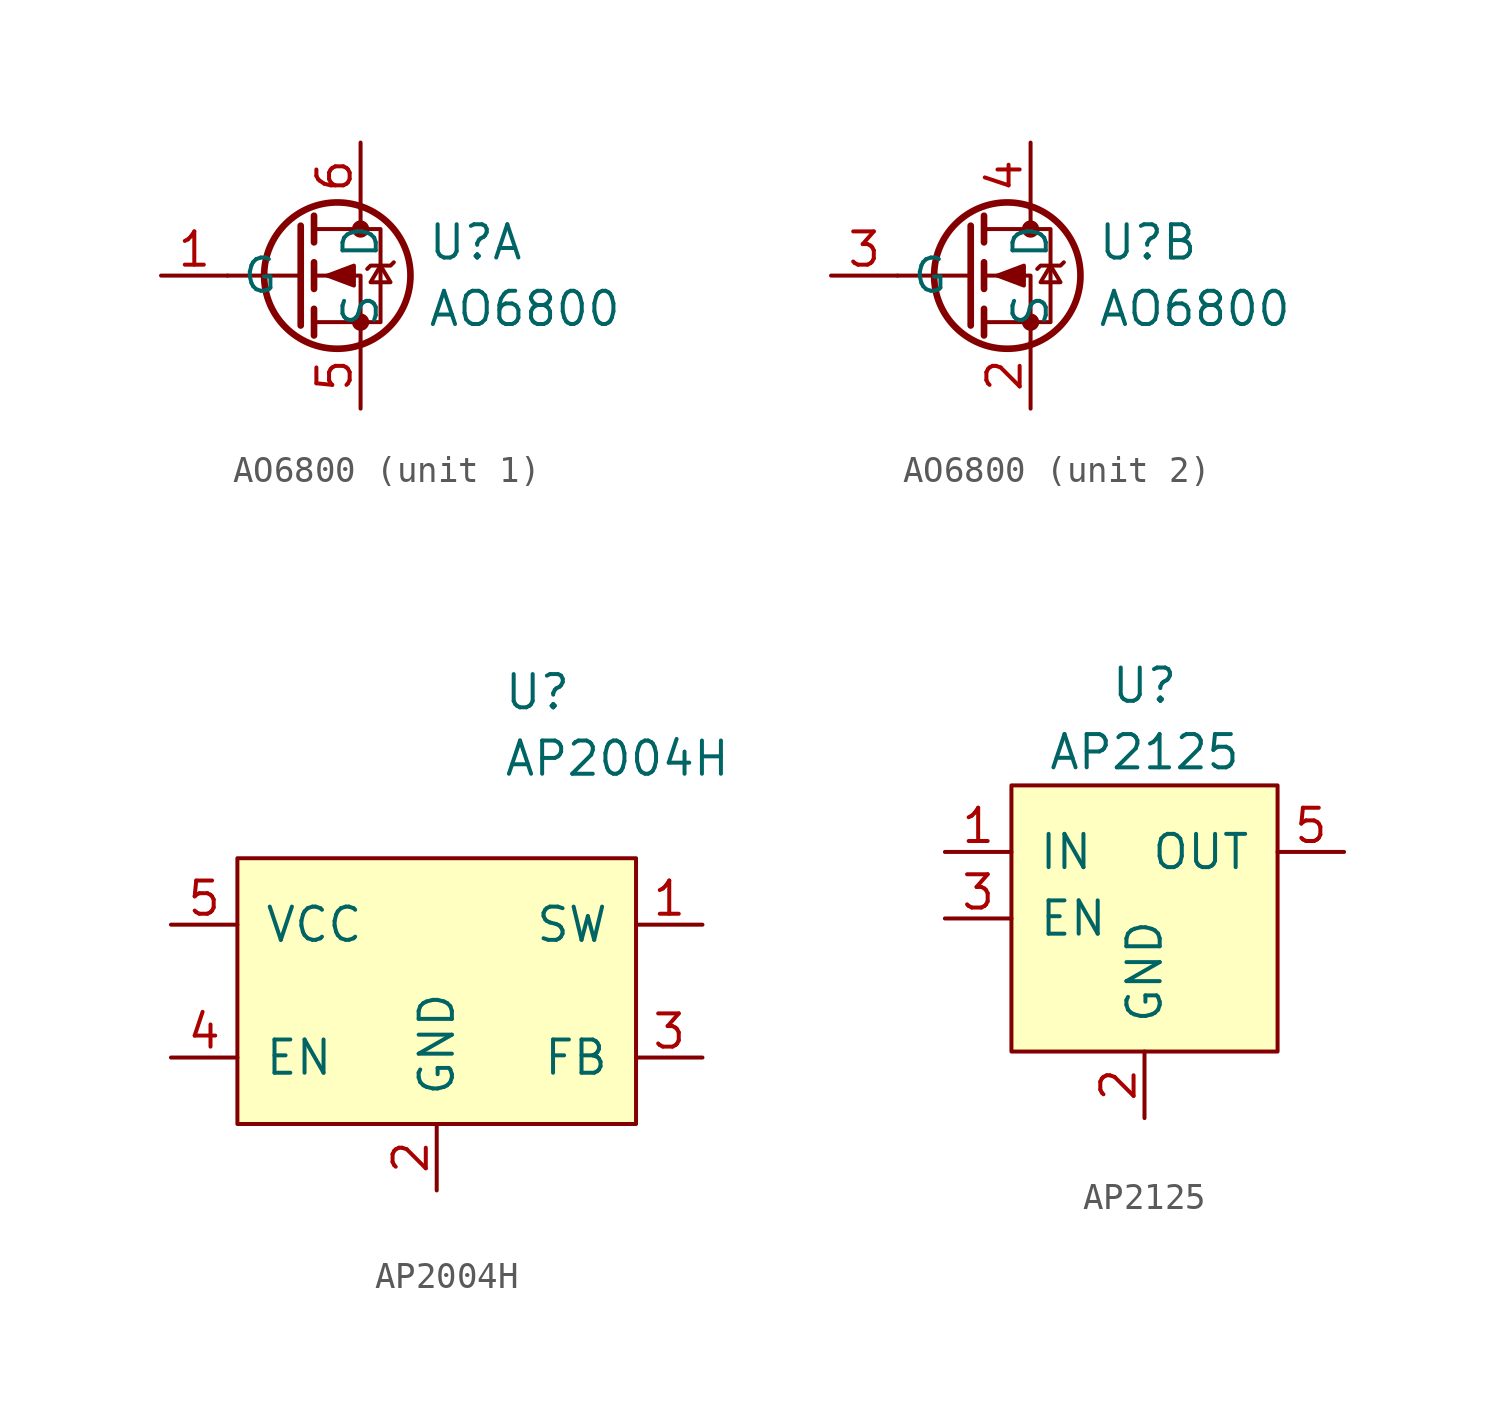
<source format=kicad_sym>
(kicad_symbol_lib
  (version 20220914)
  (generator kicad_symbol_editor)
  (symbol "AO6800"
    (property "Reference" "U"
      (at 5.08 1.27 0)
      (effects (font (size 1.27 1.27)) (justify left)))
    (property "Value" "AO6800"
      (at 5.08 -1.27 0)
      (effects (font (size 1.27 1.27)) (justify left)))
    (symbol "AO6800_1_1"
      (polyline (pts (xy 0.254 0) (xy -2.54 0)) (stroke (width 0) (type default)) (fill (type none)))
      (polyline (pts (xy 0.254 1.905) (xy 0.254 -1.905)) (stroke (width 0.254) (type default)) (fill (type none)))
      (polyline (pts (xy 0.762 -1.27) (xy 0.762 -2.286)) (stroke (width 0.254) (type default)) (fill (type none)))
      (polyline (pts (xy 0.762 0.508) (xy 0.762 -0.508)) (stroke (width 0.254) (type default)) (fill (type none)))
      (polyline (pts (xy 0.762 2.286) (xy 0.762 1.27)) (stroke (width 0.254) (type default)) (fill (type none)))
      (polyline (pts (xy 2.54 2.54) (xy 2.54 1.778)) (stroke (width 0) (type default)) (fill (type none)))
      (polyline (pts (xy 2.54 -2.54) (xy 2.54 0) (xy 0.762 0)) (stroke (width 0) (type default)) (fill (type none)))
      (polyline (pts (xy 0.762 1.778) (xy 3.302 1.778) (xy 3.302 -1.778) (xy 0.762 -1.778)) (stroke (width 0) (type default)) (fill (type none)))
      (polyline (pts (xy 1.27 0) (xy 2.286 -0.381) (xy 2.286 0.381) (xy 1.27 0)) (stroke (width 0) (type default)) (fill (type outline)))
      (polyline (pts (xy 2.794 0.254) (xy 2.921 0.381) (xy 3.683 0.381) (xy 3.81 0.508)) (stroke (width 0) (type default)) (fill (type none)))
      (polyline (pts (xy 3.302 0.381) (xy 3.683 -0.254) (xy 2.921 -0.254) (xy 3.302 0.381)) (stroke (width 0) (type default)) (fill (type none)))
      (circle (center 1.651 0) (radius 2.794) (stroke (width 0.254) (type default)) (fill (type none)))
      (circle (center 2.54 -1.778) (radius 0.254) (stroke (width 0) (type default)) (fill (type outline)))
      (circle (center 2.54 1.778) (radius 0.254) (stroke (width 0) (type default)) (fill (type outline)))
      (pin input line (at -5.08 0 0) (length 2.54) (name "G" (effects (font (size 1.27 1.27)))) (number "1" (effects (font (size 1.27 1.27)))))
      (pin passive line (at 2.54 -5.08 90) (length 2.54) (name "S" (effects (font (size 1.27 1.27)))) (number "5" (effects (font (size 1.27 1.27)))))
      (pin passive line (at 2.54 5.08 270) (length 2.54) (name "D" (effects (font (size 1.27 1.27)))) (number "6" (effects (font (size 1.27 1.27))))))
    (symbol "AO6800_2_1"
      (polyline (pts (xy 0.254 0) (xy -2.54 0)) (stroke (width 0) (type default)) (fill (type none)))
      (polyline (pts (xy 0.254 1.905) (xy 0.254 -1.905)) (stroke (width 0.254) (type default)) (fill (type none)))
      (polyline (pts (xy 0.762 -1.27) (xy 0.762 -2.286)) (stroke (width 0.254) (type default)) (fill (type none)))
      (polyline (pts (xy 0.762 0.508) (xy 0.762 -0.508)) (stroke (width 0.254) (type default)) (fill (type none)))
      (polyline (pts (xy 0.762 2.286) (xy 0.762 1.27)) (stroke (width 0.254) (type default)) (fill (type none)))
      (polyline (pts (xy 2.54 2.54) (xy 2.54 1.778)) (stroke (width 0) (type default)) (fill (type none)))
      (polyline (pts (xy 2.54 -2.54) (xy 2.54 0) (xy 0.762 0)) (stroke (width 0) (type default)) (fill (type none)))
      (polyline (pts (xy 0.762 1.778) (xy 3.302 1.778) (xy 3.302 -1.778) (xy 0.762 -1.778)) (stroke (width 0) (type default)) (fill (type none)))
      (polyline (pts (xy 1.27 0) (xy 2.286 -0.381) (xy 2.286 0.381) (xy 1.27 0)) (stroke (width 0) (type default)) (fill (type outline)))
      (polyline (pts (xy 2.794 0.254) (xy 2.921 0.381) (xy 3.683 0.381) (xy 3.81 0.508)) (stroke (width 0) (type default)) (fill (type none)))
      (polyline (pts (xy 3.302 0.381) (xy 3.683 -0.254) (xy 2.921 -0.254) (xy 3.302 0.381)) (stroke (width 0) (type default)) (fill (type none)))
      (circle (center 1.651 0) (radius 2.794) (stroke (width 0.254) (type default)) (fill (type none)))
      (circle (center 2.54 -1.778) (radius 0.254) (stroke (width 0) (type default)) (fill (type outline)))
      (circle (center 2.54 1.778) (radius 0.254) (stroke (width 0) (type default)) (fill (type outline)))
      (pin passive line (at 2.54 -5.08 90) (length 2.54) (name "S" (effects (font (size 1.27 1.27)))) (number "2" (effects (font (size 1.27 1.27)))))
      (pin input line (at -5.08 0 0) (length 2.54) (name "G" (effects (font (size 1.27 1.27)))) (number "3" (effects (font (size 1.27 1.27)))))
      (pin passive line (at 2.54 5.08 270) (length 2.54) (name "D" (effects (font (size 1.27 1.27)))) (number "4" (effects (font (size 1.27 1.27)))))))
  (symbol "AP2004H"
    (pin_names
      (offset 1.016))
    (property "Reference" "U"
      (at 2.54 11.43 0)
      (effects (font (size 1.27 1.27)) (justify left)))
    (property "Value" "AP2004H"
      (at 2.54 8.89 0)
      (effects (font (size 1.27 1.27)) (justify left)))
    (symbol "AP2004H_0_1"
      (rectangle (start -7.62 5.08) (end 7.62 -5.08) (stroke (width 0) (type default)) (fill (type background))))
    (symbol "AP2004H_1_1"
      (pin power_out line (at 10.16 2.54 180) (length 2.54) (name "SW" (effects (font (size 1.27 1.27)))) (number "1" (effects (font (size 1.27 1.27)))))
      (pin power_in line (at 0 -7.62 90) (length 2.54) (name "GND" (effects (font (size 1.27 1.27)))) (number "2" (effects (font (size 1.27 1.27)))))
      (pin input line (at 10.16 -2.54 180) (length 2.54) (name "FB" (effects (font (size 1.27 1.27)))) (number "3" (effects (font (size 1.27 1.27)))))
      (pin input line (at -10.16 -2.54 0) (length 2.54) (name "EN" (effects (font (size 1.27 1.27)))) (number "4" (effects (font (size 1.27 1.27)))))
      (pin power_in line (at -10.16 2.54 0) (length 2.54) (name "VCC" (effects (font (size 1.27 1.27)))) (number "5" (effects (font (size 1.27 1.27)))))
      (pin no_connect line (at 5.08 -7.62 90) (length 2.54) hide (name "NC" (effects (font (size 1.27 1.27)))) (number "6" (effects (font (size 1.27 1.27)))))))
  (symbol "AP2125"
    (pin_names
      (offset 1.016))
    (property "Reference" "U"
      (at 0 6.35 0)
      (effects (font (size 1.27 1.27))))
    (property "Value" "AP2125"
      (at 0 3.81 0)
      (effects (font (size 1.27 1.27))))
    (symbol "AP2125_0_1"
      (rectangle (start -5.08 2.54) (end 5.08 -7.62) (stroke (width 0) (type default)) (fill (type background))))
    (symbol "AP2125_1_1"
      (pin power_in line (at -7.62 0 0) (length 2.54) (name "IN" (effects (font (size 1.27 1.27)))) (number "1" (effects (font (size 1.27 1.27)))))
      (pin power_in line (at 0 -10.16 90) (length 2.54) (name "GND" (effects (font (size 1.27 1.27)))) (number "2" (effects (font (size 1.27 1.27)))))
      (pin input line (at -7.62 -2.54 0) (length 2.54) (name "EN" (effects (font (size 1.27 1.27)))) (number "3" (effects (font (size 1.27 1.27)))))
      (pin no_connect line (at 7.62 -2.54 180) (length 2.54) hide (name "NC" (effects (font (size 1.27 1.27)))) (number "4" (effects (font (size 1.27 1.27)))))
      (pin input line (at 7.62 0 180) (length 2.54) (name "OUT" (effects (font (size 1.27 1.27)))) (number "5" (effects (font (size 1.27 1.27))))))))
</source>
